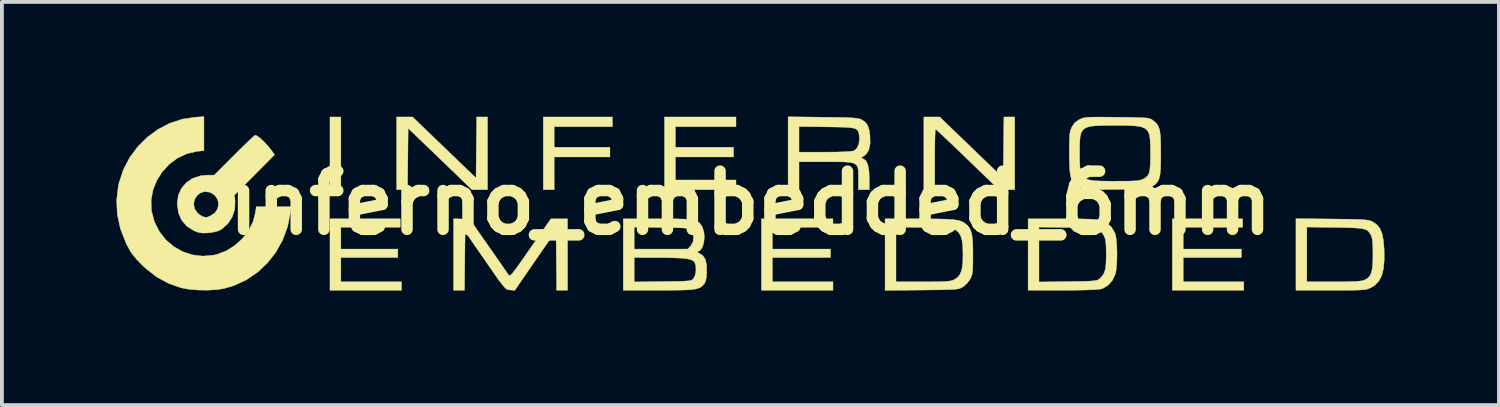
<source format=kicad_pcb>
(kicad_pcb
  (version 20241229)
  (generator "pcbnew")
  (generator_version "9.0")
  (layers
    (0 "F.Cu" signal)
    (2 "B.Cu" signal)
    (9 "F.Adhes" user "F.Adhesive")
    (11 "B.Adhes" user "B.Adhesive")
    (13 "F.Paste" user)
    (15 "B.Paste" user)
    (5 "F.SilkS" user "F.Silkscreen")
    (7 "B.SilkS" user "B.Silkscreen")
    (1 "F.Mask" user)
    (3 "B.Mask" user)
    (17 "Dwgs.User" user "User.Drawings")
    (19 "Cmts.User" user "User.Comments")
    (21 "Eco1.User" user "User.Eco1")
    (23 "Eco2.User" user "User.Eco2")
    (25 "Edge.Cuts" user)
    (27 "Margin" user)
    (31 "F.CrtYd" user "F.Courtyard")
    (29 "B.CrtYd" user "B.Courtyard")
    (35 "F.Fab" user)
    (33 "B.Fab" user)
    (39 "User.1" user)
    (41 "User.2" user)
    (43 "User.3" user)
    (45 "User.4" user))
  (footprint "inferno_embedded_6mm"
    (layer "F.Cu")
    (at 16.611 2.268)
    (property "Reference" "inferno_embedded_6mm" (at 0 0 0) (layer "F.SilkS") (effects (font (size 1.524 1.524) (thickness 0.3))))
    (attr through_hole)
    (fp_poly (pts (xy -10.732 -0.349) (xy -11.017 -0.349) (xy -11.017 -2.254) (xy -10.732 -2.254) (xy -10.732 -0.349)) (stroke (width 0.01) (type solid)) (fill yes) (layer "F.SilkS"))
    (fp_poly (pts (xy -3.619 -2) (xy -5.144 -2) (xy -5.144 -1.46) (xy -3.683 -1.46) (xy -3.683 -1.206) (xy -5.144 -1.206) (xy -5.144 -0.349) (xy -5.429 -0.349) (xy -5.429 -2.254) (xy -3.619 -2.254) (xy -3.619 -2)) (stroke (width 0.01) (type solid)) (fill yes) (layer "F.SilkS"))
    (fp_poly (pts (xy -9.176 0.635) (xy -10.732 0.635) (xy -10.732 1.206) (xy -9.239 1.206) (xy -9.239 1.429) (xy -10.732 1.429) (xy -10.732 2.064) (xy -9.144 2.064) (xy -9.144 2.286) (xy -11.017 2.286) (xy -11.017 0.413) (xy -9.176 0.413) (xy -9.176 0.635)) (stroke (width 0.01) (type solid)) (fill yes) (layer "F.SilkS"))
    (fp_poly (pts (xy -0.381 -2) (xy -1.968 -2) (xy -1.968 -1.46) (xy -0.445 -1.46) (xy -0.445 -1.206) (xy -1.968 -1.206) (xy -1.968 -0.603) (xy -0.381 -0.603) (xy -0.381 -0.349) (xy -2.254 -0.349) (xy -2.254 -2.254) (xy -0.381 -2.254) (xy -0.381 -2)) (stroke (width 0.01) (type solid)) (fill yes) (layer "F.SilkS"))
    (fp_poly (pts (xy 2.159 0.635) (xy 0.572 0.635) (xy 0.572 1.206) (xy 2.095 1.206) (xy 2.095 1.429) (xy 0.572 1.429) (xy 0.572 2.064) (xy 2.159 2.064) (xy 2.159 2.286) (xy 0.286 2.286) (xy 0.286 0.413) (xy 2.159 0.413) (xy 2.159 0.635)) (stroke (width 0.01) (type solid)) (fill yes) (layer "F.SilkS"))
    (fp_poly (pts (xy 12.89 0.635) (xy 11.335 0.635) (xy 11.335 1.206) (xy 12.859 1.206) (xy 12.859 1.429) (xy 11.335 1.429) (xy 11.335 2.064) (xy 12.922 2.064) (xy 12.922 2.286) (xy 11.049 2.286) (xy 11.049 0.413) (xy 12.89 0.413) (xy 12.89 0.635)) (stroke (width 0.01) (type solid)) (fill yes) (layer "F.SilkS"))
    (fp_poly (pts (xy -8.022 -1.454) (xy -7.191 -0.654) (xy -7.183 -1.454) (xy -7.174 -2.254) (xy -6.89 -2.254) (xy -6.89 -0.349) (xy -7.297 -0.349) (xy -8.133 -1.154) (xy -8.969 -1.959) (xy -8.986 -0.349) (xy -9.271 -0.349) (xy -9.271 -2.254) (xy -8.853 -2.254) (xy -8.022 -1.454)) (stroke (width 0.01) (type solid)) (fill yes) (layer "F.SilkS"))
    (fp_poly (pts (xy 5.787 -1.453) (xy 6.62 -0.651) (xy 6.628 -1.453) (xy 6.637 -2.254) (xy 6.921 -2.254) (xy 6.921 -0.349) (xy 6.509 -0.349) (xy 5.686 -1.143) (xy 5.497 -1.325) (xy 5.322 -1.493) (xy 5.166 -1.641) (xy 5.035 -1.764) (xy 4.935 -1.858) (xy 4.869 -1.917) (xy 4.845 -1.937) (xy 4.84 -1.906) (xy 4.835 -1.821) (xy 4.831 -1.689) (xy 4.828 -1.519) (xy 4.826 -1.32) (xy 4.826 -1.143) (xy 4.826 -0.349) (xy 4.54 -0.349) (xy 4.54 -2.254) (xy 4.955 -2.254) (xy 5.787 -1.453)) (stroke (width 0.01) (type solid)) (fill yes) (layer "F.SilkS"))
    (fp_poly (pts (xy -7.566 0.419) (xy -7.353 0.429) (xy -6.873 1.117) (xy -6.742 1.304) (xy -6.621 1.478) (xy -6.515 1.63) (xy -6.43 1.753) (xy -6.372 1.838) (xy -6.346 1.876) (xy -6.331 1.895) (xy -6.314 1.902) (xy -6.291 1.892) (xy -6.257 1.861) (xy -6.208 1.804) (xy -6.141 1.715) (xy -6.05 1.589) (xy -5.932 1.422) (xy -5.783 1.208) (xy -5.764 1.18) (xy -5.229 0.413) (xy -4.794 0.413) (xy -4.794 2.286) (xy -5.079 2.286) (xy -5.087 1.503) (xy -5.096 0.719) (xy -5.636 1.503) (xy -6.175 2.287) (xy -6.299 2.278) (xy -6.336 2.275) (xy -6.368 2.267) (xy -6.402 2.247) (xy -6.441 2.212) (xy -6.491 2.154) (xy -6.557 2.069) (xy -6.643 1.951) (xy -6.753 1.793) (xy -6.893 1.591) (xy -6.95 1.509) (xy -7.477 0.747) (xy -7.486 1.516) (xy -7.494 2.286) (xy -7.779 2.286) (xy -7.779 0.41) (xy -7.566 0.419)) (stroke (width 0.01) (type solid)) (fill yes) (layer "F.SilkS"))
    (fp_poly (pts (xy 8.168 0.413) (xy 8.455 0.414) (xy 8.704 0.418) (xy 8.909 0.424) (xy 9.064 0.433) (xy 9.164 0.443) (xy 9.19 0.448) (xy 9.336 0.519) (xy 9.459 0.636) (xy 9.544 0.784) (xy 9.559 0.827) (xy 9.58 0.945) (xy 9.594 1.106) (xy 9.6 1.291) (xy 9.598 1.481) (xy 9.588 1.657) (xy 9.571 1.798) (xy 9.559 1.852) (xy 9.486 2.016) (xy 9.374 2.148) (xy 9.236 2.235) (xy 9.191 2.25) (xy 9.117 2.262) (xy 8.984 2.271) (xy 8.798 2.278) (xy 8.564 2.283) (xy 8.288 2.286) (xy 8.168 2.286) (xy 7.271 2.286) (xy 7.271 2.068) (xy 7.556 2.068) (xy 8.315 2.058) (xy 8.555 2.054) (xy 8.74 2.051) (xy 8.878 2.046) (xy 8.977 2.039) (xy 9.045 2.03) (xy 9.091 2.018) (xy 9.123 2.001) (xy 9.144 1.984) (xy 9.214 1.912) (xy 9.262 1.834) (xy 9.293 1.736) (xy 9.31 1.607) (xy 9.317 1.432) (xy 9.317 1.349) (xy 9.315 1.172) (xy 9.308 1.044) (xy 9.294 0.954) (xy 9.272 0.887) (xy 9.262 0.865) (xy 9.225 0.802) (xy 9.186 0.752) (xy 9.137 0.714) (xy 9.07 0.687) (xy 8.976 0.668) (xy 8.849 0.656) (xy 8.678 0.648) (xy 8.458 0.643) (xy 8.296 0.641) (xy 7.556 0.631) (xy 7.556 2.068) (xy 7.271 2.068) (xy 7.271 0.413) (xy 8.168 0.413)) (stroke (width 0.01) (type solid)) (fill yes) (layer "F.SilkS"))
    (fp_poly (pts (xy -12.922 -1.755) (xy -12.843 -1.696) (xy -12.751 -1.611) (xy -12.659 -1.515) (xy -12.586 -1.425) (xy -12.468 -1.264) (xy -12.994 -0.735) (xy -13.52 -0.206) (xy -13.503 -0.043) (xy -13.512 0.166) (xy -13.577 0.364) (xy -13.691 0.54) (xy -13.848 0.679) (xy -13.916 0.719) (xy -14.002 0.749) (xy -14.123 0.773) (xy -14.224 0.784) (xy -14.358 0.787) (xy -14.462 0.771) (xy -14.568 0.731) (xy -14.591 0.72) (xy -14.775 0.601) (xy -14.907 0.444) (xy -14.988 0.25) (xy -15.016 0.03) (xy -14.587 0.03) (xy -14.564 0.149) (xy -14.497 0.251) (xy -14.422 0.315) (xy -14.352 0.355) (xy -14.339 0.359) (xy -14.281 0.372) (xy -14.263 0.377) (xy -14.231 0.369) (xy -14.163 0.343) (xy -14.148 0.337) (xy -14.031 0.259) (xy -13.961 0.153) (xy -13.937 0.033) (xy -13.958 -0.087) (xy -14.025 -0.193) (xy -14.136 -0.271) (xy -14.172 -0.284) (xy -14.301 -0.299) (xy -14.415 -0.263) (xy -14.505 -0.189) (xy -14.565 -0.087) (xy -14.587 0.03) (xy -15.016 0.03) (xy -15.018 0.02) (xy -15.018 0.003) (xy -14.989 -0.205) (xy -14.906 -0.387) (xy -14.777 -0.537) (xy -14.608 -0.649) (xy -14.406 -0.714) (xy -14.24 -0.73) (xy -14.049 -0.73) (xy -13.525 -1.254) (xy -13.376 -1.403) (xy -13.241 -1.535) (xy -13.127 -1.644) (xy -13.04 -1.725) (xy -12.987 -1.77) (xy -12.975 -1.778) (xy -12.922 -1.755)) (stroke (width 0.01) (type solid)) (fill yes) (layer "F.SilkS"))
    (fp_poly (pts (xy 15.232 0.419) (xy 15.504 0.422) (xy 15.719 0.425) (xy 15.887 0.429) (xy 16.014 0.434) (xy 16.108 0.442) (xy 16.178 0.451) (xy 16.229 0.463) (xy 16.271 0.479) (xy 16.303 0.495) (xy 16.41 0.569) (xy 16.489 0.669) (xy 16.544 0.803) (xy 16.579 0.982) (xy 16.598 1.214) (xy 16.598 1.214) (xy 16.6 1.497) (xy 16.579 1.727) (xy 16.531 1.909) (xy 16.456 2.051) (xy 16.35 2.157) (xy 16.257 2.215) (xy 16.214 2.235) (xy 16.17 2.252) (xy 16.118 2.264) (xy 16.051 2.273) (xy 15.959 2.279) (xy 15.835 2.283) (xy 15.671 2.285) (xy 15.459 2.286) (xy 15.202 2.286) (xy 14.287 2.286) (xy 14.287 2.064) (xy 14.573 2.064) (xy 15.273 2.064) (xy 15.524 2.063) (xy 15.72 2.059) (xy 15.867 2.053) (xy 15.973 2.043) (xy 16.046 2.03) (xy 16.08 2.019) (xy 16.163 1.974) (xy 16.223 1.912) (xy 16.264 1.824) (xy 16.289 1.7) (xy 16.301 1.531) (xy 16.304 1.349) (xy 16.302 1.167) (xy 16.296 1.035) (xy 16.285 0.942) (xy 16.266 0.874) (xy 16.248 0.834) (xy 16.215 0.779) (xy 16.179 0.737) (xy 16.133 0.704) (xy 16.067 0.681) (xy 15.973 0.665) (xy 15.845 0.654) (xy 15.673 0.647) (xy 15.45 0.642) (xy 15.311 0.64) (xy 14.573 0.63) (xy 14.573 2.064) (xy 14.287 2.064) (xy 14.287 0.409) (xy 15.232 0.419)) (stroke (width 0.01) (type solid)) (fill yes) (layer "F.SilkS"))
    (fp_poly (pts (xy -14.319 -1.373) (xy -14.505 -1.352) (xy -14.767 -1.292) (xy -15.01 -1.178) (xy -15.225 -1.018) (xy -15.408 -0.821) (xy -15.553 -0.593) (xy -15.653 -0.344) (xy -15.702 -0.08) (xy -15.694 0.189) (xy -15.69 0.217) (xy -15.614 0.497) (xy -15.487 0.747) (xy -15.318 0.963) (xy -15.112 1.14) (xy -14.876 1.274) (xy -14.619 1.359) (xy -14.346 1.391) (xy -14.065 1.366) (xy -13.985 1.348) (xy -13.736 1.254) (xy -13.508 1.111) (xy -13.308 0.929) (xy -13.145 0.716) (xy -13.029 0.483) (xy -12.97 0.252) (xy -12.948 0.095) (xy -12.034 0.095) (xy -12.053 0.246) (xy -12.127 0.618) (xy -12.255 0.966) (xy -12.432 1.285) (xy -12.654 1.57) (xy -12.916 1.815) (xy -13.213 2.016) (xy -13.541 2.166) (xy -13.78 2.237) (xy -13.98 2.269) (xy -14.218 2.283) (xy -14.468 2.28) (xy -14.706 2.26) (xy -14.908 2.224) (xy -14.915 2.222) (xy -15.248 2.106) (xy -15.555 1.938) (xy -15.843 1.713) (xy -15.943 1.619) (xy -16.074 1.484) (xy -16.17 1.371) (xy -16.247 1.26) (xy -16.319 1.131) (xy -16.361 1.046) (xy -16.506 0.677) (xy -16.587 0.306) (xy -16.606 -0.068) (xy -16.561 -0.445) (xy -16.541 -0.536) (xy -16.429 -0.874) (xy -16.265 -1.188) (xy -16.055 -1.472) (xy -15.806 -1.721) (xy -15.523 -1.928) (xy -15.215 -2.089) (xy -14.886 -2.197) (xy -14.565 -2.246) (xy -14.319 -2.263) (xy -14.319 -1.373)) (stroke (width 0.01) (type solid)) (fill yes) (layer "F.SilkS"))
    (fp_poly (pts (xy 1.897 -2.248) (xy 2.167 -2.245) (xy 2.381 -2.241) (xy 2.547 -2.237) (xy 2.672 -2.23) (xy 2.763 -2.222) (xy 2.829 -2.212) (xy 2.876 -2.199) (xy 2.913 -2.182) (xy 3.007 -2.116) (xy 3.07 -2.03) (xy 3.108 -1.91) (xy 3.128 -1.777) (xy 3.133 -1.561) (xy 3.1 -1.395) (xy 3.029 -1.279) (xy 2.98 -1.24) (xy 2.918 -1.2) (xy 2.907 -1.179) (xy 2.941 -1.163) (xy 2.952 -1.159) (xy 3.024 -1.106) (xy 3.074 -0.999) (xy 3.103 -0.836) (xy 3.111 -0.636) (xy 3.111 -0.349) (xy 2.826 -0.349) (xy 2.826 -0.645) (xy 2.826 -0.775) (xy 2.82 -0.876) (xy 2.803 -0.952) (xy 2.766 -1.006) (xy 2.703 -1.042) (xy 2.607 -1.064) (xy 2.471 -1.075) (xy 2.286 -1.079) (xy 2.048 -1.08) (xy 1.974 -1.079) (xy 1.27 -1.079) (xy 1.27 -0.349) (xy 0.984 -0.349) (xy 0.984 -1.333) (xy 1.27 -1.333) (xy 1.951 -1.333) (xy 2.222 -1.335) (xy 2.436 -1.341) (xy 2.592 -1.35) (xy 2.688 -1.363) (xy 2.712 -1.37) (xy 2.787 -1.436) (xy 2.836 -1.546) (xy 2.853 -1.683) (xy 2.848 -1.754) (xy 2.837 -1.824) (xy 2.822 -1.878) (xy 2.793 -1.918) (xy 2.745 -1.947) (xy 2.669 -1.967) (xy 2.558 -1.979) (xy 2.405 -1.987) (xy 2.202 -1.991) (xy 1.999 -1.994) (xy 1.27 -2.004) (xy 1.27 -1.333) (xy 0.984 -1.333) (xy 0.984 -2.259) (xy 1.897 -2.248)) (stroke (width 0.01) (type solid)) (fill yes) (layer "F.SilkS"))
    (fp_poly (pts (xy 4.405 0.414) (xy 4.7 0.415) (xy 4.938 0.418) (xy 5.127 0.423) (xy 5.275 0.432) (xy 5.388 0.446) (xy 5.475 0.464) (xy 5.542 0.488) (xy 5.597 0.518) (xy 5.617 0.532) (xy 5.69 0.594) (xy 5.744 0.667) (xy 5.782 0.761) (xy 5.807 0.884) (xy 5.821 1.048) (xy 5.826 1.262) (xy 5.826 1.349) (xy 5.825 1.544) (xy 5.822 1.686) (xy 5.816 1.789) (xy 5.805 1.864) (xy 5.787 1.923) (xy 5.762 1.977) (xy 5.756 1.989) (xy 5.684 2.09) (xy 5.591 2.178) (xy 5.565 2.195) (xy 5.53 2.217) (xy 5.493 2.233) (xy 5.449 2.247) (xy 5.389 2.256) (xy 5.305 2.264) (xy 5.191 2.269) (xy 5.039 2.273) (xy 4.841 2.276) (xy 4.59 2.279) (xy 4.485 2.28) (xy 3.524 2.289) (xy 3.524 2.064) (xy 3.81 2.064) (xy 4.516 2.064) (xy 4.753 2.063) (xy 4.935 2.061) (xy 5.071 2.057) (xy 5.171 2.049) (xy 5.243 2.039) (xy 5.297 2.024) (xy 5.334 2.008) (xy 5.426 1.947) (xy 5.491 1.863) (xy 5.534 1.746) (xy 5.558 1.586) (xy 5.565 1.375) (xy 5.565 1.353) (xy 5.559 1.137) (xy 5.539 0.973) (xy 5.502 0.853) (xy 5.445 0.765) (xy 5.378 0.709) (xy 5.343 0.69) (xy 5.297 0.675) (xy 5.233 0.664) (xy 5.14 0.656) (xy 5.012 0.65) (xy 4.839 0.646) (xy 4.613 0.642) (xy 4.55 0.641) (xy 3.81 0.631) (xy 3.81 2.064) (xy 3.524 2.064) (xy 3.524 0.413) (xy 4.405 0.414)) (stroke (width 0.01) (type solid)) (fill yes) (layer "F.SilkS"))
    (fp_poly (pts (xy -2.437 0.413) (xy -2.148 0.413) (xy -1.915 0.416) (xy -1.732 0.422) (xy -1.591 0.433) (xy -1.486 0.45) (xy -1.409 0.474) (xy -1.353 0.507) (xy -1.312 0.551) (xy -1.278 0.605) (xy -1.262 0.635) (xy -1.223 0.754) (xy -1.21 0.888) (xy -1.222 1.021) (xy -1.254 1.138) (xy -1.305 1.226) (xy -1.371 1.269) (xy -1.389 1.271) (xy -1.403 1.282) (xy -1.363 1.307) (xy -1.343 1.316) (xy -1.246 1.381) (xy -1.183 1.479) (xy -1.151 1.619) (xy -1.148 1.809) (xy -1.148 1.811) (xy -1.158 1.953) (xy -1.177 2.047) (xy -1.208 2.11) (xy -1.222 2.128) (xy -1.264 2.172) (xy -1.31 2.206) (xy -1.366 2.233) (xy -1.44 2.253) (xy -1.54 2.267) (xy -1.672 2.277) (xy -1.844 2.282) (xy -2.063 2.285) (xy -2.337 2.286) (xy -2.412 2.286) (xy -3.334 2.286) (xy -3.334 2.067) (xy -3.048 2.067) (xy -2.299 2.057) (xy -2.062 2.054) (xy -1.881 2.051) (xy -1.746 2.047) (xy -1.651 2.041) (xy -1.587 2.032) (xy -1.545 2.02) (xy -1.518 2.004) (xy -1.497 1.982) (xy -1.489 1.973) (xy -1.448 1.885) (xy -1.43 1.767) (xy -1.434 1.648) (xy -1.463 1.554) (xy -1.47 1.543) (xy -1.509 1.508) (xy -1.573 1.481) (xy -1.668 1.46) (xy -1.803 1.446) (xy -1.982 1.437) (xy -2.213 1.431) (xy -2.421 1.43) (xy -3.048 1.429) (xy -3.048 2.067) (xy -3.334 2.067) (xy -3.334 1.206) (xy -3.048 1.206) (xy -1.648 1.206) (xy -1.57 1.129) (xy -1.509 1.026) (xy -1.491 0.902) (xy -1.519 0.78) (xy -1.553 0.726) (xy -1.574 0.702) (xy -1.599 0.683) (xy -1.636 0.67) (xy -1.693 0.66) (xy -1.779 0.653) (xy -1.902 0.648) (xy -2.071 0.645) (xy -2.294 0.641) (xy -2.331 0.641) (xy -3.048 0.631) (xy -3.048 1.206) (xy -3.334 1.206) (xy -3.334 0.413) (xy -2.437 0.413)) (stroke (width 0.01) (type solid)) (fill yes) (layer "F.SilkS"))
    (fp_poly (pts (xy 9.25 -2.251) (xy 9.479 -2.249) (xy 9.599 -2.248) (xy 9.853 -2.245) (xy 10.052 -2.241) (xy 10.203 -2.237) (xy 10.314 -2.232) (xy 10.393 -2.224) (xy 10.448 -2.213) (xy 10.487 -2.199) (xy 10.518 -2.181) (xy 10.531 -2.172) (xy 10.602 -2.114) (xy 10.656 -2.054) (xy 10.694 -1.983) (xy 10.721 -1.891) (xy 10.736 -1.768) (xy 10.744 -1.604) (xy 10.747 -1.39) (xy 10.747 -1.302) (xy 10.746 -1.068) (xy 10.741 -0.889) (xy 10.728 -0.753) (xy 10.707 -0.653) (xy 10.675 -0.577) (xy 10.629 -0.517) (xy 10.567 -0.463) (xy 10.534 -0.439) (xy 10.5 -0.417) (xy 10.466 -0.399) (xy 10.421 -0.386) (xy 10.36 -0.377) (xy 10.272 -0.37) (xy 10.15 -0.365) (xy 9.987 -0.361) (xy 9.775 -0.358) (xy 9.588 -0.356) (xy 9.334 -0.354) (xy 9.135 -0.353) (xy 8.983 -0.354) (xy 8.869 -0.357) (xy 8.786 -0.364) (xy 8.724 -0.373) (xy 8.676 -0.387) (xy 8.633 -0.405) (xy 8.614 -0.415) (xy 8.529 -0.464) (xy 8.464 -0.523) (xy 8.416 -0.6) (xy 8.384 -0.703) (xy 8.364 -0.843) (xy 8.354 -1.026) (xy 8.35 -1.263) (xy 8.35 -1.302) (xy 8.35 -1.315) (xy 8.62 -1.315) (xy 8.621 -1.101) (xy 8.629 -0.933) (xy 8.65 -0.805) (xy 8.691 -0.711) (xy 8.759 -0.647) (xy 8.861 -0.607) (xy 9.004 -0.584) (xy 9.194 -0.575) (xy 9.438 -0.572) (xy 9.541 -0.572) (xy 9.765 -0.573) (xy 9.935 -0.575) (xy 10.061 -0.58) (xy 10.152 -0.589) (xy 10.218 -0.601) (xy 10.269 -0.619) (xy 10.287 -0.627) (xy 10.355 -0.667) (xy 10.405 -0.715) (xy 10.439 -0.782) (xy 10.46 -0.877) (xy 10.472 -1.01) (xy 10.476 -1.192) (xy 10.477 -1.302) (xy 10.475 -1.512) (xy 10.466 -1.678) (xy 10.444 -1.804) (xy 10.4 -1.895) (xy 10.329 -1.959) (xy 10.223 -1.999) (xy 10.076 -2.02) (xy 9.88 -2.03) (xy 9.63 -2.032) (xy 9.554 -2.032) (xy 9.286 -2.031) (xy 9.075 -2.025) (xy 8.914 -2.01) (xy 8.797 -1.978) (xy 8.716 -1.926) (xy 8.664 -1.849) (xy 8.636 -1.74) (xy 8.623 -1.595) (xy 8.62 -1.409) (xy 8.62 -1.315) (xy 8.35 -1.315) (xy 8.351 -1.507) (xy 8.354 -1.659) (xy 8.36 -1.771) (xy 8.37 -1.853) (xy 8.386 -1.916) (xy 8.408 -1.972) (xy 8.416 -1.988) (xy 8.492 -2.103) (xy 8.604 -2.183) (xy 8.619 -2.19) (xy 8.664 -2.21) (xy 8.71 -2.226) (xy 8.765 -2.237) (xy 8.838 -2.245) (xy 8.938 -2.25) (xy 9.072 -2.251) (xy 9.25 -2.251)) (stroke (width 0.01) (type solid)) (fill yes) (layer "F.SilkS")))
  (gr_rect
    (start -3 -3)
    (end 36.216 7.563)
    (stroke (width 0.1) (type default))
    (fill no)
    (layer "Edge.Cuts")))
</source>
